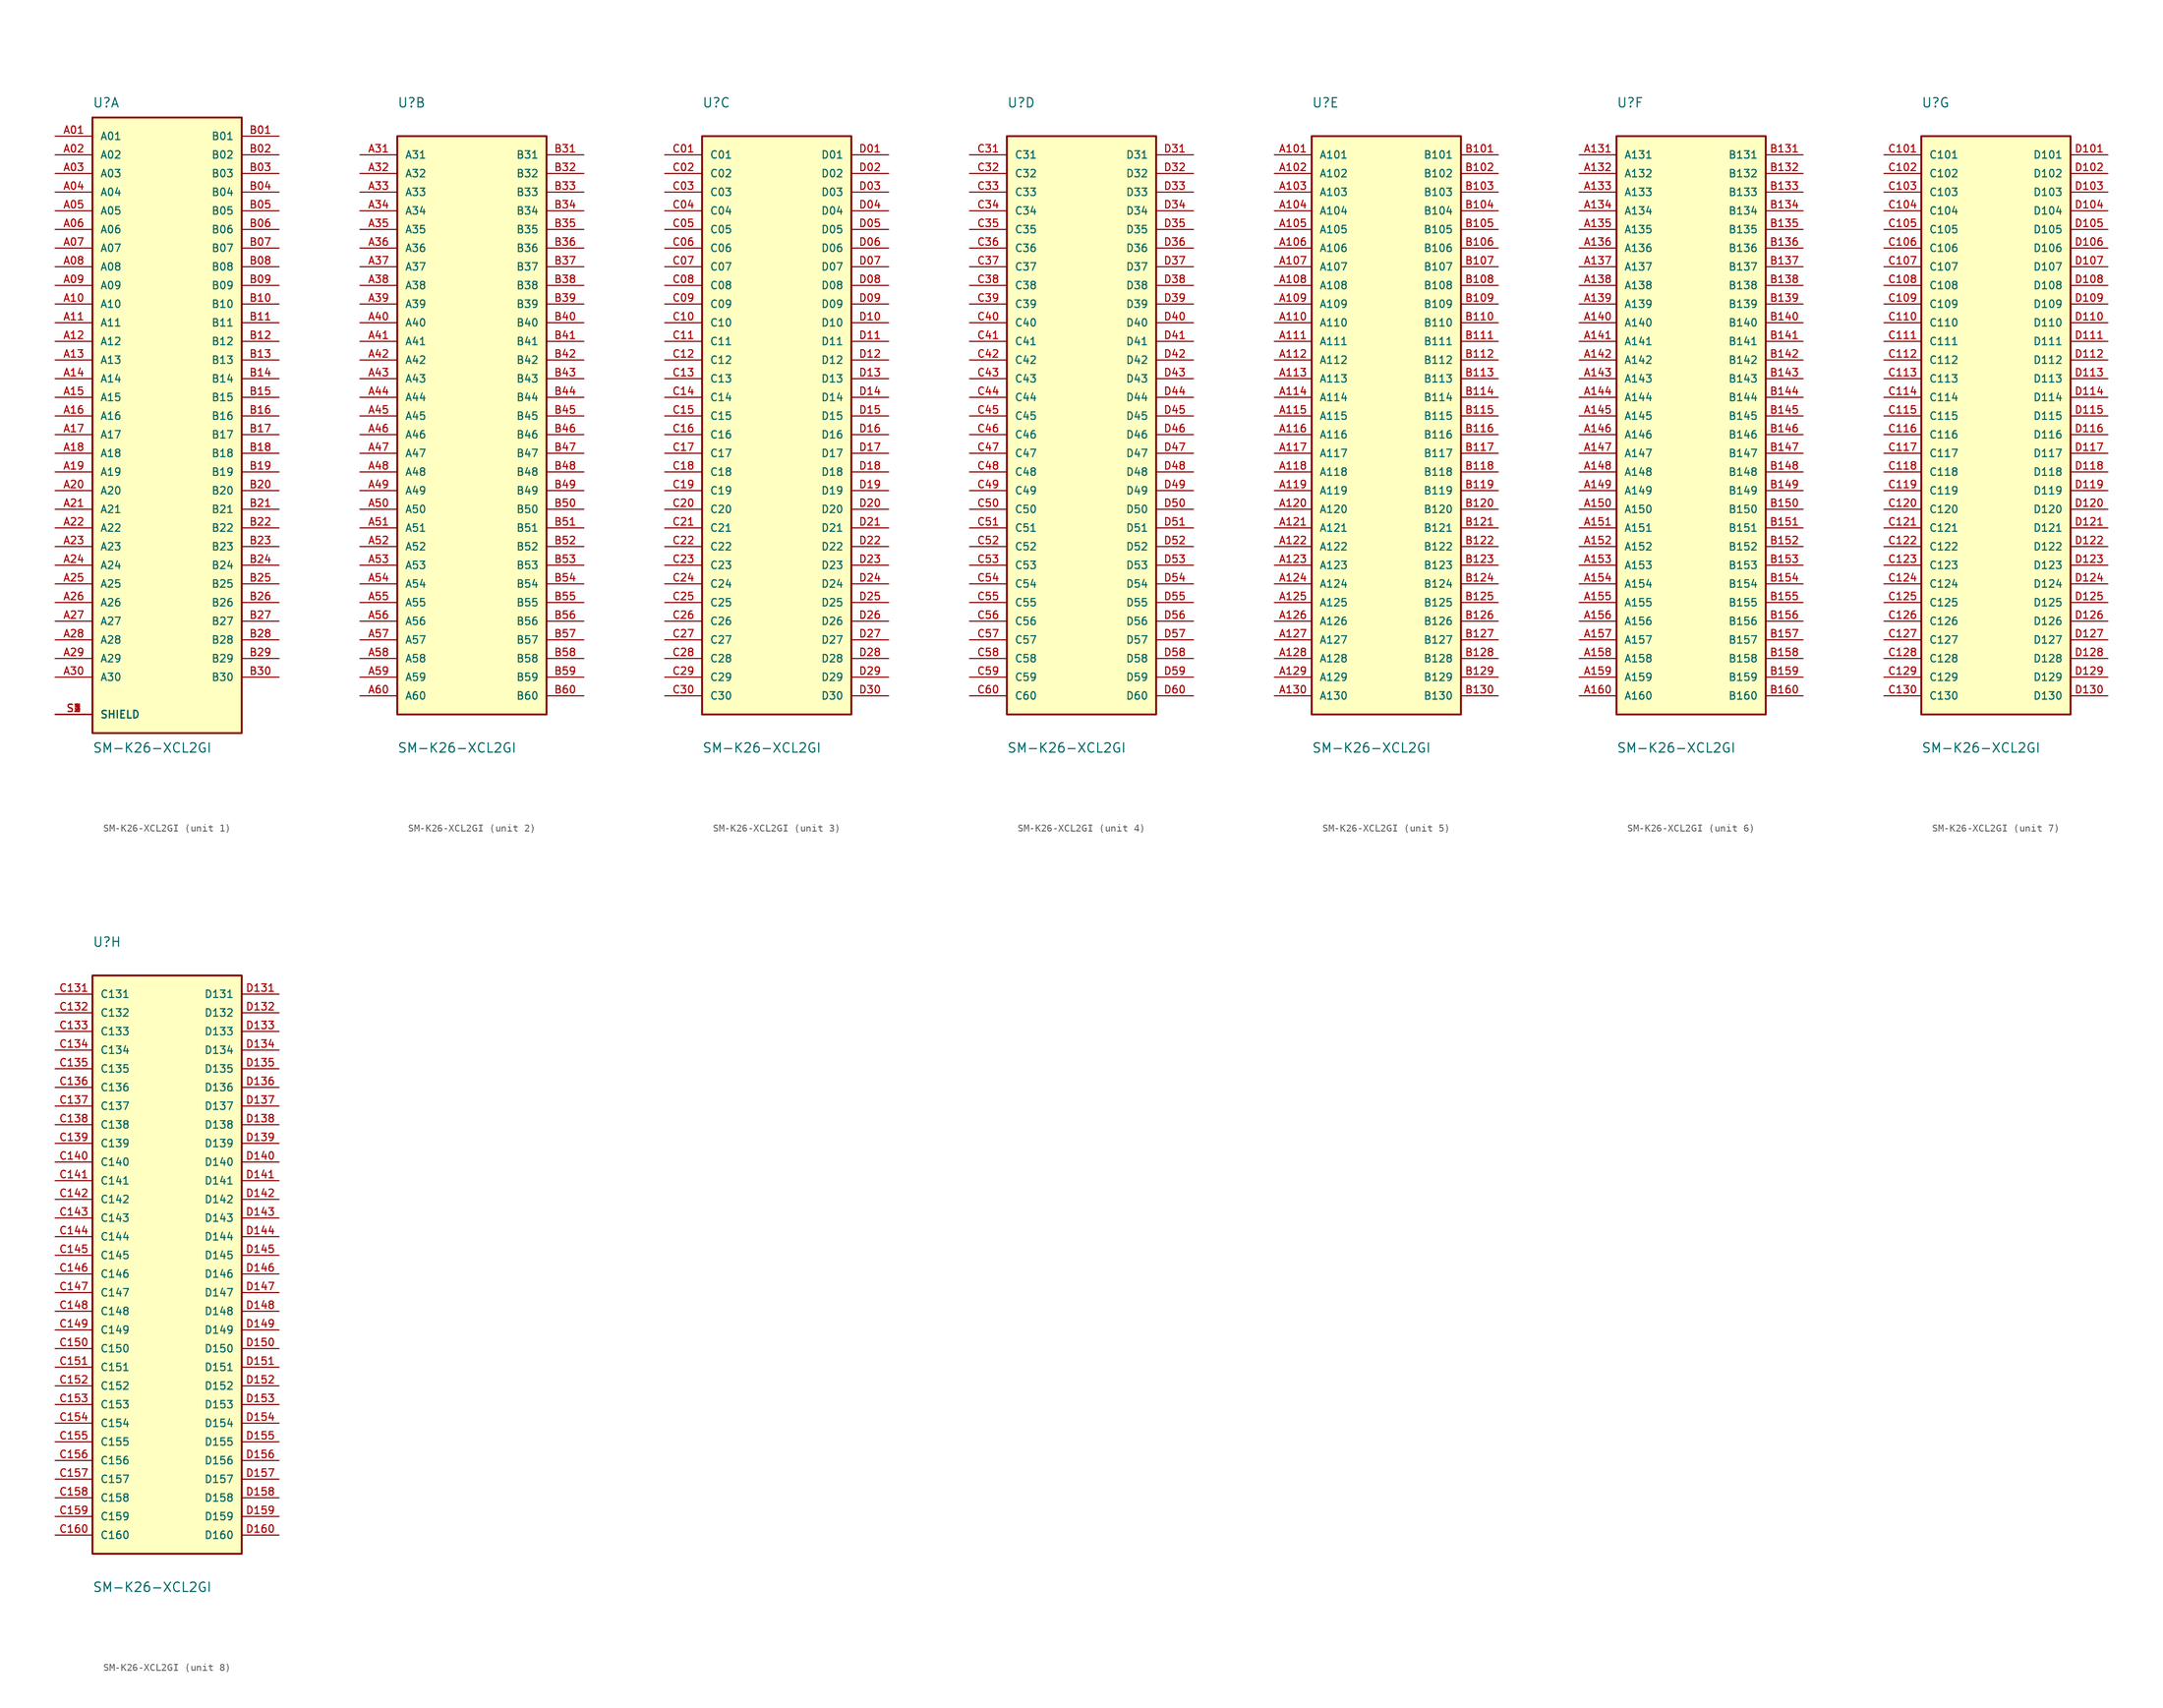
<source format=kicad_sym>
(kicad_symbol_lib
  (version 20231120)
  (generator "kicad_symbol_editor")
  (generator_version "8.0")
  (symbol "SM-K26-XCL2GI"
    (pin_names
      (offset 1.016))
    (property "Reference" "U"
      (at -10.16 41.91 0)
      (effects (font (size 1.27 1.27)) (justify left bottom)))
    (property "Value" "SM-K26-XCL2GI"
      (at -10.16 -44.45 0)
      (effects (font (size 1.27 1.27)) (justify left top)))
    (symbol "SM-K26-XCL2GI_1_0"
      (rectangle (start -10.16 40.64) (end 10.16 -43.18) (stroke (width 0.254) (type default)) (fill (type background)))
      (pin passive line (at -15.24 38.1 0) (length 5.08) (name "A01" (effects (font (size 1.016 1.016)))) (number "A01" (effects (font (size 1.016 1.016)))))
      (pin passive line (at -15.24 35.56 0) (length 5.08) (name "A02" (effects (font (size 1.016 1.016)))) (number "A02" (effects (font (size 1.016 1.016)))))
      (pin passive line (at -15.24 33.02 0) (length 5.08) (name "A03" (effects (font (size 1.016 1.016)))) (number "A03" (effects (font (size 1.016 1.016)))))
      (pin passive line (at -15.24 30.48 0) (length 5.08) (name "A04" (effects (font (size 1.016 1.016)))) (number "A04" (effects (font (size 1.016 1.016)))))
      (pin passive line (at -15.24 27.94 0) (length 5.08) (name "A05" (effects (font (size 1.016 1.016)))) (number "A05" (effects (font (size 1.016 1.016)))))
      (pin passive line (at -15.24 25.4 0) (length 5.08) (name "A06" (effects (font (size 1.016 1.016)))) (number "A06" (effects (font (size 1.016 1.016)))))
      (pin passive line (at -15.24 22.86 0) (length 5.08) (name "A07" (effects (font (size 1.016 1.016)))) (number "A07" (effects (font (size 1.016 1.016)))))
      (pin passive line (at -15.24 20.32 0) (length 5.08) (name "A08" (effects (font (size 1.016 1.016)))) (number "A08" (effects (font (size 1.016 1.016)))))
      (pin passive line (at -15.24 17.78 0) (length 5.08) (name "A09" (effects (font (size 1.016 1.016)))) (number "A09" (effects (font (size 1.016 1.016)))))
      (pin passive line (at -15.24 15.24 0) (length 5.08) (name "A10" (effects (font (size 1.016 1.016)))) (number "A10" (effects (font (size 1.016 1.016)))))
      (pin passive line (at -15.24 12.7 0) (length 5.08) (name "A11" (effects (font (size 1.016 1.016)))) (number "A11" (effects (font (size 1.016 1.016)))))
      (pin passive line (at -15.24 10.16 0) (length 5.08) (name "A12" (effects (font (size 1.016 1.016)))) (number "A12" (effects (font (size 1.016 1.016)))))
      (pin passive line (at -15.24 7.62 0) (length 5.08) (name "A13" (effects (font (size 1.016 1.016)))) (number "A13" (effects (font (size 1.016 1.016)))))
      (pin passive line (at -15.24 5.08 0) (length 5.08) (name "A14" (effects (font (size 1.016 1.016)))) (number "A14" (effects (font (size 1.016 1.016)))))
      (pin passive line (at -15.24 2.54 0) (length 5.08) (name "A15" (effects (font (size 1.016 1.016)))) (number "A15" (effects (font (size 1.016 1.016)))))
      (pin passive line (at -15.24 0 0) (length 5.08) (name "A16" (effects (font (size 1.016 1.016)))) (number "A16" (effects (font (size 1.016 1.016)))))
      (pin passive line (at -15.24 -2.54 0) (length 5.08) (name "A17" (effects (font (size 1.016 1.016)))) (number "A17" (effects (font (size 1.016 1.016)))))
      (pin passive line (at -15.24 -5.08 0) (length 5.08) (name "A18" (effects (font (size 1.016 1.016)))) (number "A18" (effects (font (size 1.016 1.016)))))
      (pin passive line (at -15.24 -7.62 0) (length 5.08) (name "A19" (effects (font (size 1.016 1.016)))) (number "A19" (effects (font (size 1.016 1.016)))))
      (pin passive line (at -15.24 -10.16 0) (length 5.08) (name "A20" (effects (font (size 1.016 1.016)))) (number "A20" (effects (font (size 1.016 1.016)))))
      (pin passive line (at -15.24 -12.7 0) (length 5.08) (name "A21" (effects (font (size 1.016 1.016)))) (number "A21" (effects (font (size 1.016 1.016)))))
      (pin passive line (at -15.24 -15.24 0) (length 5.08) (name "A22" (effects (font (size 1.016 1.016)))) (number "A22" (effects (font (size 1.016 1.016)))))
      (pin passive line (at -15.24 -17.78 0) (length 5.08) (name "A23" (effects (font (size 1.016 1.016)))) (number "A23" (effects (font (size 1.016 1.016)))))
      (pin passive line (at -15.24 -20.32 0) (length 5.08) (name "A24" (effects (font (size 1.016 1.016)))) (number "A24" (effects (font (size 1.016 1.016)))))
      (pin passive line (at -15.24 -22.86 0) (length 5.08) (name "A25" (effects (font (size 1.016 1.016)))) (number "A25" (effects (font (size 1.016 1.016)))))
      (pin passive line (at -15.24 -25.4 0) (length 5.08) (name "A26" (effects (font (size 1.016 1.016)))) (number "A26" (effects (font (size 1.016 1.016)))))
      (pin passive line (at -15.24 -27.94 0) (length 5.08) (name "A27" (effects (font (size 1.016 1.016)))) (number "A27" (effects (font (size 1.016 1.016)))))
      (pin passive line (at -15.24 -30.48 0) (length 5.08) (name "A28" (effects (font (size 1.016 1.016)))) (number "A28" (effects (font (size 1.016 1.016)))))
      (pin passive line (at -15.24 -33.02 0) (length 5.08) (name "A29" (effects (font (size 1.016 1.016)))) (number "A29" (effects (font (size 1.016 1.016)))))
      (pin passive line (at -15.24 -35.56 0) (length 5.08) (name "A30" (effects (font (size 1.016 1.016)))) (number "A30" (effects (font (size 1.016 1.016)))))
      (pin passive line (at 15.24 38.1 180) (length 5.08) (name "B01" (effects (font (size 1.016 1.016)))) (number "B01" (effects (font (size 1.016 1.016)))))
      (pin passive line (at 15.24 35.56 180) (length 5.08) (name "B02" (effects (font (size 1.016 1.016)))) (number "B02" (effects (font (size 1.016 1.016)))))
      (pin passive line (at 15.24 33.02 180) (length 5.08) (name "B03" (effects (font (size 1.016 1.016)))) (number "B03" (effects (font (size 1.016 1.016)))))
      (pin passive line (at 15.24 30.48 180) (length 5.08) (name "B04" (effects (font (size 1.016 1.016)))) (number "B04" (effects (font (size 1.016 1.016)))))
      (pin passive line (at 15.24 27.94 180) (length 5.08) (name "B05" (effects (font (size 1.016 1.016)))) (number "B05" (effects (font (size 1.016 1.016)))))
      (pin passive line (at 15.24 25.4 180) (length 5.08) (name "B06" (effects (font (size 1.016 1.016)))) (number "B06" (effects (font (size 1.016 1.016)))))
      (pin passive line (at 15.24 22.86 180) (length 5.08) (name "B07" (effects (font (size 1.016 1.016)))) (number "B07" (effects (font (size 1.016 1.016)))))
      (pin passive line (at 15.24 20.32 180) (length 5.08) (name "B08" (effects (font (size 1.016 1.016)))) (number "B08" (effects (font (size 1.016 1.016)))))
      (pin passive line (at 15.24 17.78 180) (length 5.08) (name "B09" (effects (font (size 1.016 1.016)))) (number "B09" (effects (font (size 1.016 1.016)))))
      (pin passive line (at 15.24 15.24 180) (length 5.08) (name "B10" (effects (font (size 1.016 1.016)))) (number "B10" (effects (font (size 1.016 1.016)))))
      (pin passive line (at 15.24 12.7 180) (length 5.08) (name "B11" (effects (font (size 1.016 1.016)))) (number "B11" (effects (font (size 1.016 1.016)))))
      (pin passive line (at 15.24 10.16 180) (length 5.08) (name "B12" (effects (font (size 1.016 1.016)))) (number "B12" (effects (font (size 1.016 1.016)))))
      (pin passive line (at 15.24 7.62 180) (length 5.08) (name "B13" (effects (font (size 1.016 1.016)))) (number "B13" (effects (font (size 1.016 1.016)))))
      (pin passive line (at 15.24 5.08 180) (length 5.08) (name "B14" (effects (font (size 1.016 1.016)))) (number "B14" (effects (font (size 1.016 1.016)))))
      (pin passive line (at 15.24 2.54 180) (length 5.08) (name "B15" (effects (font (size 1.016 1.016)))) (number "B15" (effects (font (size 1.016 1.016)))))
      (pin passive line (at 15.24 0 180) (length 5.08) (name "B16" (effects (font (size 1.016 1.016)))) (number "B16" (effects (font (size 1.016 1.016)))))
      (pin passive line (at 15.24 -2.54 180) (length 5.08) (name "B17" (effects (font (size 1.016 1.016)))) (number "B17" (effects (font (size 1.016 1.016)))))
      (pin passive line (at 15.24 -5.08 180) (length 5.08) (name "B18" (effects (font (size 1.016 1.016)))) (number "B18" (effects (font (size 1.016 1.016)))))
      (pin passive line (at 15.24 -7.62 180) (length 5.08) (name "B19" (effects (font (size 1.016 1.016)))) (number "B19" (effects (font (size 1.016 1.016)))))
      (pin passive line (at 15.24 -10.16 180) (length 5.08) (name "B20" (effects (font (size 1.016 1.016)))) (number "B20" (effects (font (size 1.016 1.016)))))
      (pin passive line (at 15.24 -12.7 180) (length 5.08) (name "B21" (effects (font (size 1.016 1.016)))) (number "B21" (effects (font (size 1.016 1.016)))))
      (pin passive line (at 15.24 -15.24 180) (length 5.08) (name "B22" (effects (font (size 1.016 1.016)))) (number "B22" (effects (font (size 1.016 1.016)))))
      (pin passive line (at 15.24 -17.78 180) (length 5.08) (name "B23" (effects (font (size 1.016 1.016)))) (number "B23" (effects (font (size 1.016 1.016)))))
      (pin passive line (at 15.24 -20.32 180) (length 5.08) (name "B24" (effects (font (size 1.016 1.016)))) (number "B24" (effects (font (size 1.016 1.016)))))
      (pin passive line (at 15.24 -22.86 180) (length 5.08) (name "B25" (effects (font (size 1.016 1.016)))) (number "B25" (effects (font (size 1.016 1.016)))))
      (pin passive line (at 15.24 -25.4 180) (length 5.08) (name "B26" (effects (font (size 1.016 1.016)))) (number "B26" (effects (font (size 1.016 1.016)))))
      (pin passive line (at 15.24 -27.94 180) (length 5.08) (name "B27" (effects (font (size 1.016 1.016)))) (number "B27" (effects (font (size 1.016 1.016)))))
      (pin passive line (at 15.24 -30.48 180) (length 5.08) (name "B28" (effects (font (size 1.016 1.016)))) (number "B28" (effects (font (size 1.016 1.016)))))
      (pin passive line (at 15.24 -33.02 180) (length 5.08) (name "B29" (effects (font (size 1.016 1.016)))) (number "B29" (effects (font (size 1.016 1.016)))))
      (pin passive line (at 15.24 -35.56 180) (length 5.08) (name "B30" (effects (font (size 1.016 1.016)))) (number "B30" (effects (font (size 1.016 1.016)))))
      (pin passive line (at -15.24 -40.64 0) (length 5.08) (name "SHIELD" (effects (font (size 1.016 1.016)))) (number "S1" (effects (font (size 1.016 1.016)))))
      (pin passive line (at -15.24 -40.64 0) (length 5.08) (name "SHIELD" (effects (font (size 1.016 1.016)))) (number "S2" (effects (font (size 1.016 1.016)))))
      (pin passive line (at -15.24 -40.64 0) (length 5.08) (name "SHIELD" (effects (font (size 1.016 1.016)))) (number "S3" (effects (font (size 1.016 1.016)))))
      (pin passive line (at -15.24 -40.64 0) (length 5.08) (name "SHIELD" (effects (font (size 1.016 1.016)))) (number "S4" (effects (font (size 1.016 1.016))))))
    (symbol "SM-K26-XCL2GI_2_0"
      (rectangle (start -10.16 -40.64) (end 10.16 38.1) (stroke (width 0.254) (type default)) (fill (type background)))
      (pin passive line (at -15.24 35.56 0) (length 5.08) (name "A31" (effects (font (size 1.016 1.016)))) (number "A31" (effects (font (size 1.016 1.016)))))
      (pin passive line (at -15.24 33.02 0) (length 5.08) (name "A32" (effects (font (size 1.016 1.016)))) (number "A32" (effects (font (size 1.016 1.016)))))
      (pin passive line (at -15.24 30.48 0) (length 5.08) (name "A33" (effects (font (size 1.016 1.016)))) (number "A33" (effects (font (size 1.016 1.016)))))
      (pin passive line (at -15.24 27.94 0) (length 5.08) (name "A34" (effects (font (size 1.016 1.016)))) (number "A34" (effects (font (size 1.016 1.016)))))
      (pin passive line (at -15.24 25.4 0) (length 5.08) (name "A35" (effects (font (size 1.016 1.016)))) (number "A35" (effects (font (size 1.016 1.016)))))
      (pin passive line (at -15.24 22.86 0) (length 5.08) (name "A36" (effects (font (size 1.016 1.016)))) (number "A36" (effects (font (size 1.016 1.016)))))
      (pin passive line (at -15.24 20.32 0) (length 5.08) (name "A37" (effects (font (size 1.016 1.016)))) (number "A37" (effects (font (size 1.016 1.016)))))
      (pin passive line (at -15.24 17.78 0) (length 5.08) (name "A38" (effects (font (size 1.016 1.016)))) (number "A38" (effects (font (size 1.016 1.016)))))
      (pin passive line (at -15.24 15.24 0) (length 5.08) (name "A39" (effects (font (size 1.016 1.016)))) (number "A39" (effects (font (size 1.016 1.016)))))
      (pin passive line (at -15.24 12.7 0) (length 5.08) (name "A40" (effects (font (size 1.016 1.016)))) (number "A40" (effects (font (size 1.016 1.016)))))
      (pin passive line (at -15.24 10.16 0) (length 5.08) (name "A41" (effects (font (size 1.016 1.016)))) (number "A41" (effects (font (size 1.016 1.016)))))
      (pin passive line (at -15.24 7.62 0) (length 5.08) (name "A42" (effects (font (size 1.016 1.016)))) (number "A42" (effects (font (size 1.016 1.016)))))
      (pin passive line (at -15.24 5.08 0) (length 5.08) (name "A43" (effects (font (size 1.016 1.016)))) (number "A43" (effects (font (size 1.016 1.016)))))
      (pin passive line (at -15.24 2.54 0) (length 5.08) (name "A44" (effects (font (size 1.016 1.016)))) (number "A44" (effects (font (size 1.016 1.016)))))
      (pin passive line (at -15.24 0 0) (length 5.08) (name "A45" (effects (font (size 1.016 1.016)))) (number "A45" (effects (font (size 1.016 1.016)))))
      (pin passive line (at -15.24 -2.54 0) (length 5.08) (name "A46" (effects (font (size 1.016 1.016)))) (number "A46" (effects (font (size 1.016 1.016)))))
      (pin passive line (at -15.24 -5.08 0) (length 5.08) (name "A47" (effects (font (size 1.016 1.016)))) (number "A47" (effects (font (size 1.016 1.016)))))
      (pin passive line (at -15.24 -7.62 0) (length 5.08) (name "A48" (effects (font (size 1.016 1.016)))) (number "A48" (effects (font (size 1.016 1.016)))))
      (pin passive line (at -15.24 -10.16 0) (length 5.08) (name "A49" (effects (font (size 1.016 1.016)))) (number "A49" (effects (font (size 1.016 1.016)))))
      (pin passive line (at -15.24 -12.7 0) (length 5.08) (name "A50" (effects (font (size 1.016 1.016)))) (number "A50" (effects (font (size 1.016 1.016)))))
      (pin passive line (at -15.24 -15.24 0) (length 5.08) (name "A51" (effects (font (size 1.016 1.016)))) (number "A51" (effects (font (size 1.016 1.016)))))
      (pin passive line (at -15.24 -17.78 0) (length 5.08) (name "A52" (effects (font (size 1.016 1.016)))) (number "A52" (effects (font (size 1.016 1.016)))))
      (pin passive line (at -15.24 -20.32 0) (length 5.08) (name "A53" (effects (font (size 1.016 1.016)))) (number "A53" (effects (font (size 1.016 1.016)))))
      (pin passive line (at -15.24 -22.86 0) (length 5.08) (name "A54" (effects (font (size 1.016 1.016)))) (number "A54" (effects (font (size 1.016 1.016)))))
      (pin passive line (at -15.24 -25.4 0) (length 5.08) (name "A55" (effects (font (size 1.016 1.016)))) (number "A55" (effects (font (size 1.016 1.016)))))
      (pin passive line (at -15.24 -27.94 0) (length 5.08) (name "A56" (effects (font (size 1.016 1.016)))) (number "A56" (effects (font (size 1.016 1.016)))))
      (pin passive line (at -15.24 -30.48 0) (length 5.08) (name "A57" (effects (font (size 1.016 1.016)))) (number "A57" (effects (font (size 1.016 1.016)))))
      (pin passive line (at -15.24 -33.02 0) (length 5.08) (name "A58" (effects (font (size 1.016 1.016)))) (number "A58" (effects (font (size 1.016 1.016)))))
      (pin passive line (at -15.24 -35.56 0) (length 5.08) (name "A59" (effects (font (size 1.016 1.016)))) (number "A59" (effects (font (size 1.016 1.016)))))
      (pin passive line (at -15.24 -38.1 0) (length 5.08) (name "A60" (effects (font (size 1.016 1.016)))) (number "A60" (effects (font (size 1.016 1.016)))))
      (pin passive line (at 15.24 35.56 180) (length 5.08) (name "B31" (effects (font (size 1.016 1.016)))) (number "B31" (effects (font (size 1.016 1.016)))))
      (pin passive line (at 15.24 33.02 180) (length 5.08) (name "B32" (effects (font (size 1.016 1.016)))) (number "B32" (effects (font (size 1.016 1.016)))))
      (pin passive line (at 15.24 30.48 180) (length 5.08) (name "B33" (effects (font (size 1.016 1.016)))) (number "B33" (effects (font (size 1.016 1.016)))))
      (pin passive line (at 15.24 27.94 180) (length 5.08) (name "B34" (effects (font (size 1.016 1.016)))) (number "B34" (effects (font (size 1.016 1.016)))))
      (pin passive line (at 15.24 25.4 180) (length 5.08) (name "B35" (effects (font (size 1.016 1.016)))) (number "B35" (effects (font (size 1.016 1.016)))))
      (pin passive line (at 15.24 22.86 180) (length 5.08) (name "B36" (effects (font (size 1.016 1.016)))) (number "B36" (effects (font (size 1.016 1.016)))))
      (pin passive line (at 15.24 20.32 180) (length 5.08) (name "B37" (effects (font (size 1.016 1.016)))) (number "B37" (effects (font (size 1.016 1.016)))))
      (pin passive line (at 15.24 17.78 180) (length 5.08) (name "B38" (effects (font (size 1.016 1.016)))) (number "B38" (effects (font (size 1.016 1.016)))))
      (pin passive line (at 15.24 15.24 180) (length 5.08) (name "B39" (effects (font (size 1.016 1.016)))) (number "B39" (effects (font (size 1.016 1.016)))))
      (pin passive line (at 15.24 12.7 180) (length 5.08) (name "B40" (effects (font (size 1.016 1.016)))) (number "B40" (effects (font (size 1.016 1.016)))))
      (pin passive line (at 15.24 10.16 180) (length 5.08) (name "B41" (effects (font (size 1.016 1.016)))) (number "B41" (effects (font (size 1.016 1.016)))))
      (pin passive line (at 15.24 7.62 180) (length 5.08) (name "B42" (effects (font (size 1.016 1.016)))) (number "B42" (effects (font (size 1.016 1.016)))))
      (pin passive line (at 15.24 5.08 180) (length 5.08) (name "B43" (effects (font (size 1.016 1.016)))) (number "B43" (effects (font (size 1.016 1.016)))))
      (pin passive line (at 15.24 2.54 180) (length 5.08) (name "B44" (effects (font (size 1.016 1.016)))) (number "B44" (effects (font (size 1.016 1.016)))))
      (pin passive line (at 15.24 0 180) (length 5.08) (name "B45" (effects (font (size 1.016 1.016)))) (number "B45" (effects (font (size 1.016 1.016)))))
      (pin passive line (at 15.24 -2.54 180) (length 5.08) (name "B46" (effects (font (size 1.016 1.016)))) (number "B46" (effects (font (size 1.016 1.016)))))
      (pin passive line (at 15.24 -5.08 180) (length 5.08) (name "B47" (effects (font (size 1.016 1.016)))) (number "B47" (effects (font (size 1.016 1.016)))))
      (pin passive line (at 15.24 -7.62 180) (length 5.08) (name "B48" (effects (font (size 1.016 1.016)))) (number "B48" (effects (font (size 1.016 1.016)))))
      (pin passive line (at 15.24 -10.16 180) (length 5.08) (name "B49" (effects (font (size 1.016 1.016)))) (number "B49" (effects (font (size 1.016 1.016)))))
      (pin passive line (at 15.24 -12.7 180) (length 5.08) (name "B50" (effects (font (size 1.016 1.016)))) (number "B50" (effects (font (size 1.016 1.016)))))
      (pin passive line (at 15.24 -15.24 180) (length 5.08) (name "B51" (effects (font (size 1.016 1.016)))) (number "B51" (effects (font (size 1.016 1.016)))))
      (pin passive line (at 15.24 -17.78 180) (length 5.08) (name "B52" (effects (font (size 1.016 1.016)))) (number "B52" (effects (font (size 1.016 1.016)))))
      (pin passive line (at 15.24 -20.32 180) (length 5.08) (name "B53" (effects (font (size 1.016 1.016)))) (number "B53" (effects (font (size 1.016 1.016)))))
      (pin passive line (at 15.24 -22.86 180) (length 5.08) (name "B54" (effects (font (size 1.016 1.016)))) (number "B54" (effects (font (size 1.016 1.016)))))
      (pin passive line (at 15.24 -25.4 180) (length 5.08) (name "B55" (effects (font (size 1.016 1.016)))) (number "B55" (effects (font (size 1.016 1.016)))))
      (pin passive line (at 15.24 -27.94 180) (length 5.08) (name "B56" (effects (font (size 1.016 1.016)))) (number "B56" (effects (font (size 1.016 1.016)))))
      (pin passive line (at 15.24 -30.48 180) (length 5.08) (name "B57" (effects (font (size 1.016 1.016)))) (number "B57" (effects (font (size 1.016 1.016)))))
      (pin passive line (at 15.24 -33.02 180) (length 5.08) (name "B58" (effects (font (size 1.016 1.016)))) (number "B58" (effects (font (size 1.016 1.016)))))
      (pin passive line (at 15.24 -35.56 180) (length 5.08) (name "B59" (effects (font (size 1.016 1.016)))) (number "B59" (effects (font (size 1.016 1.016)))))
      (pin passive line (at 15.24 -38.1 180) (length 5.08) (name "B60" (effects (font (size 1.016 1.016)))) (number "B60" (effects (font (size 1.016 1.016))))))
    (symbol "SM-K26-XCL2GI_3_0"
      (rectangle (start -10.16 -40.64) (end 10.16 38.1) (stroke (width 0.254) (type default)) (fill (type background)))
      (pin passive line (at -15.24 35.56 0) (length 5.08) (name "C01" (effects (font (size 1.016 1.016)))) (number "C01" (effects (font (size 1.016 1.016)))))
      (pin passive line (at -15.24 33.02 0) (length 5.08) (name "C02" (effects (font (size 1.016 1.016)))) (number "C02" (effects (font (size 1.016 1.016)))))
      (pin passive line (at -15.24 30.48 0) (length 5.08) (name "C03" (effects (font (size 1.016 1.016)))) (number "C03" (effects (font (size 1.016 1.016)))))
      (pin passive line (at -15.24 27.94 0) (length 5.08) (name "C04" (effects (font (size 1.016 1.016)))) (number "C04" (effects (font (size 1.016 1.016)))))
      (pin passive line (at -15.24 25.4 0) (length 5.08) (name "C05" (effects (font (size 1.016 1.016)))) (number "C05" (effects (font (size 1.016 1.016)))))
      (pin passive line (at -15.24 22.86 0) (length 5.08) (name "C06" (effects (font (size 1.016 1.016)))) (number "C06" (effects (font (size 1.016 1.016)))))
      (pin passive line (at -15.24 20.32 0) (length 5.08) (name "C07" (effects (font (size 1.016 1.016)))) (number "C07" (effects (font (size 1.016 1.016)))))
      (pin passive line (at -15.24 17.78 0) (length 5.08) (name "C08" (effects (font (size 1.016 1.016)))) (number "C08" (effects (font (size 1.016 1.016)))))
      (pin passive line (at -15.24 15.24 0) (length 5.08) (name "C09" (effects (font (size 1.016 1.016)))) (number "C09" (effects (font (size 1.016 1.016)))))
      (pin passive line (at -15.24 12.7 0) (length 5.08) (name "C10" (effects (font (size 1.016 1.016)))) (number "C10" (effects (font (size 1.016 1.016)))))
      (pin passive line (at -15.24 10.16 0) (length 5.08) (name "C11" (effects (font (size 1.016 1.016)))) (number "C11" (effects (font (size 1.016 1.016)))))
      (pin passive line (at -15.24 7.62 0) (length 5.08) (name "C12" (effects (font (size 1.016 1.016)))) (number "C12" (effects (font (size 1.016 1.016)))))
      (pin passive line (at -15.24 5.08 0) (length 5.08) (name "C13" (effects (font (size 1.016 1.016)))) (number "C13" (effects (font (size 1.016 1.016)))))
      (pin passive line (at -15.24 2.54 0) (length 5.08) (name "C14" (effects (font (size 1.016 1.016)))) (number "C14" (effects (font (size 1.016 1.016)))))
      (pin passive line (at -15.24 0 0) (length 5.08) (name "C15" (effects (font (size 1.016 1.016)))) (number "C15" (effects (font (size 1.016 1.016)))))
      (pin passive line (at -15.24 -2.54 0) (length 5.08) (name "C16" (effects (font (size 1.016 1.016)))) (number "C16" (effects (font (size 1.016 1.016)))))
      (pin passive line (at -15.24 -5.08 0) (length 5.08) (name "C17" (effects (font (size 1.016 1.016)))) (number "C17" (effects (font (size 1.016 1.016)))))
      (pin passive line (at -15.24 -7.62 0) (length 5.08) (name "C18" (effects (font (size 1.016 1.016)))) (number "C18" (effects (font (size 1.016 1.016)))))
      (pin passive line (at -15.24 -10.16 0) (length 5.08) (name "C19" (effects (font (size 1.016 1.016)))) (number "C19" (effects (font (size 1.016 1.016)))))
      (pin passive line (at -15.24 -12.7 0) (length 5.08) (name "C20" (effects (font (size 1.016 1.016)))) (number "C20" (effects (font (size 1.016 1.016)))))
      (pin passive line (at -15.24 -15.24 0) (length 5.08) (name "C21" (effects (font (size 1.016 1.016)))) (number "C21" (effects (font (size 1.016 1.016)))))
      (pin passive line (at -15.24 -17.78 0) (length 5.08) (name "C22" (effects (font (size 1.016 1.016)))) (number "C22" (effects (font (size 1.016 1.016)))))
      (pin passive line (at -15.24 -20.32 0) (length 5.08) (name "C23" (effects (font (size 1.016 1.016)))) (number "C23" (effects (font (size 1.016 1.016)))))
      (pin passive line (at -15.24 -22.86 0) (length 5.08) (name "C24" (effects (font (size 1.016 1.016)))) (number "C24" (effects (font (size 1.016 1.016)))))
      (pin passive line (at -15.24 -25.4 0) (length 5.08) (name "C25" (effects (font (size 1.016 1.016)))) (number "C25" (effects (font (size 1.016 1.016)))))
      (pin passive line (at -15.24 -27.94 0) (length 5.08) (name "C26" (effects (font (size 1.016 1.016)))) (number "C26" (effects (font (size 1.016 1.016)))))
      (pin passive line (at -15.24 -30.48 0) (length 5.08) (name "C27" (effects (font (size 1.016 1.016)))) (number "C27" (effects (font (size 1.016 1.016)))))
      (pin passive line (at -15.24 -33.02 0) (length 5.08) (name "C28" (effects (font (size 1.016 1.016)))) (number "C28" (effects (font (size 1.016 1.016)))))
      (pin passive line (at -15.24 -35.56 0) (length 5.08) (name "C29" (effects (font (size 1.016 1.016)))) (number "C29" (effects (font (size 1.016 1.016)))))
      (pin passive line (at -15.24 -38.1 0) (length 5.08) (name "C30" (effects (font (size 1.016 1.016)))) (number "C30" (effects (font (size 1.016 1.016)))))
      (pin passive line (at 15.24 35.56 180) (length 5.08) (name "D01" (effects (font (size 1.016 1.016)))) (number "D01" (effects (font (size 1.016 1.016)))))
      (pin passive line (at 15.24 33.02 180) (length 5.08) (name "D02" (effects (font (size 1.016 1.016)))) (number "D02" (effects (font (size 1.016 1.016)))))
      (pin passive line (at 15.24 30.48 180) (length 5.08) (name "D03" (effects (font (size 1.016 1.016)))) (number "D03" (effects (font (size 1.016 1.016)))))
      (pin passive line (at 15.24 27.94 180) (length 5.08) (name "D04" (effects (font (size 1.016 1.016)))) (number "D04" (effects (font (size 1.016 1.016)))))
      (pin passive line (at 15.24 25.4 180) (length 5.08) (name "D05" (effects (font (size 1.016 1.016)))) (number "D05" (effects (font (size 1.016 1.016)))))
      (pin passive line (at 15.24 22.86 180) (length 5.08) (name "D06" (effects (font (size 1.016 1.016)))) (number "D06" (effects (font (size 1.016 1.016)))))
      (pin passive line (at 15.24 20.32 180) (length 5.08) (name "D07" (effects (font (size 1.016 1.016)))) (number "D07" (effects (font (size 1.016 1.016)))))
      (pin passive line (at 15.24 17.78 180) (length 5.08) (name "D08" (effects (font (size 1.016 1.016)))) (number "D08" (effects (font (size 1.016 1.016)))))
      (pin passive line (at 15.24 15.24 180) (length 5.08) (name "D09" (effects (font (size 1.016 1.016)))) (number "D09" (effects (font (size 1.016 1.016)))))
      (pin passive line (at 15.24 12.7 180) (length 5.08) (name "D10" (effects (font (size 1.016 1.016)))) (number "D10" (effects (font (size 1.016 1.016)))))
      (pin passive line (at 15.24 10.16 180) (length 5.08) (name "D11" (effects (font (size 1.016 1.016)))) (number "D11" (effects (font (size 1.016 1.016)))))
      (pin passive line (at 15.24 7.62 180) (length 5.08) (name "D12" (effects (font (size 1.016 1.016)))) (number "D12" (effects (font (size 1.016 1.016)))))
      (pin passive line (at 15.24 5.08 180) (length 5.08) (name "D13" (effects (font (size 1.016 1.016)))) (number "D13" (effects (font (size 1.016 1.016)))))
      (pin passive line (at 15.24 2.54 180) (length 5.08) (name "D14" (effects (font (size 1.016 1.016)))) (number "D14" (effects (font (size 1.016 1.016)))))
      (pin passive line (at 15.24 0 180) (length 5.08) (name "D15" (effects (font (size 1.016 1.016)))) (number "D15" (effects (font (size 1.016 1.016)))))
      (pin passive line (at 15.24 -2.54 180) (length 5.08) (name "D16" (effects (font (size 1.016 1.016)))) (number "D16" (effects (font (size 1.016 1.016)))))
      (pin passive line (at 15.24 -5.08 180) (length 5.08) (name "D17" (effects (font (size 1.016 1.016)))) (number "D17" (effects (font (size 1.016 1.016)))))
      (pin passive line (at 15.24 -7.62 180) (length 5.08) (name "D18" (effects (font (size 1.016 1.016)))) (number "D18" (effects (font (size 1.016 1.016)))))
      (pin passive line (at 15.24 -10.16 180) (length 5.08) (name "D19" (effects (font (size 1.016 1.016)))) (number "D19" (effects (font (size 1.016 1.016)))))
      (pin passive line (at 15.24 -12.7 180) (length 5.08) (name "D20" (effects (font (size 1.016 1.016)))) (number "D20" (effects (font (size 1.016 1.016)))))
      (pin passive line (at 15.24 -15.24 180) (length 5.08) (name "D21" (effects (font (size 1.016 1.016)))) (number "D21" (effects (font (size 1.016 1.016)))))
      (pin passive line (at 15.24 -17.78 180) (length 5.08) (name "D22" (effects (font (size 1.016 1.016)))) (number "D22" (effects (font (size 1.016 1.016)))))
      (pin passive line (at 15.24 -20.32 180) (length 5.08) (name "D23" (effects (font (size 1.016 1.016)))) (number "D23" (effects (font (size 1.016 1.016)))))
      (pin passive line (at 15.24 -22.86 180) (length 5.08) (name "D24" (effects (font (size 1.016 1.016)))) (number "D24" (effects (font (size 1.016 1.016)))))
      (pin passive line (at 15.24 -25.4 180) (length 5.08) (name "D25" (effects (font (size 1.016 1.016)))) (number "D25" (effects (font (size 1.016 1.016)))))
      (pin passive line (at 15.24 -27.94 180) (length 5.08) (name "D26" (effects (font (size 1.016 1.016)))) (number "D26" (effects (font (size 1.016 1.016)))))
      (pin passive line (at 15.24 -30.48 180) (length 5.08) (name "D27" (effects (font (size 1.016 1.016)))) (number "D27" (effects (font (size 1.016 1.016)))))
      (pin passive line (at 15.24 -33.02 180) (length 5.08) (name "D28" (effects (font (size 1.016 1.016)))) (number "D28" (effects (font (size 1.016 1.016)))))
      (pin passive line (at 15.24 -35.56 180) (length 5.08) (name "D29" (effects (font (size 1.016 1.016)))) (number "D29" (effects (font (size 1.016 1.016)))))
      (pin passive line (at 15.24 -38.1 180) (length 5.08) (name "D30" (effects (font (size 1.016 1.016)))) (number "D30" (effects (font (size 1.016 1.016))))))
    (symbol "SM-K26-XCL2GI_4_0"
      (rectangle (start -10.16 -40.64) (end 10.16 38.1) (stroke (width 0.254) (type default)) (fill (type background)))
      (pin passive line (at -15.24 35.56 0) (length 5.08) (name "C31" (effects (font (size 1.016 1.016)))) (number "C31" (effects (font (size 1.016 1.016)))))
      (pin passive line (at -15.24 33.02 0) (length 5.08) (name "C32" (effects (font (size 1.016 1.016)))) (number "C32" (effects (font (size 1.016 1.016)))))
      (pin passive line (at -15.24 30.48 0) (length 5.08) (name "C33" (effects (font (size 1.016 1.016)))) (number "C33" (effects (font (size 1.016 1.016)))))
      (pin passive line (at -15.24 27.94 0) (length 5.08) (name "C34" (effects (font (size 1.016 1.016)))) (number "C34" (effects (font (size 1.016 1.016)))))
      (pin passive line (at -15.24 25.4 0) (length 5.08) (name "C35" (effects (font (size 1.016 1.016)))) (number "C35" (effects (font (size 1.016 1.016)))))
      (pin passive line (at -15.24 22.86 0) (length 5.08) (name "C36" (effects (font (size 1.016 1.016)))) (number "C36" (effects (font (size 1.016 1.016)))))
      (pin passive line (at -15.24 20.32 0) (length 5.08) (name "C37" (effects (font (size 1.016 1.016)))) (number "C37" (effects (font (size 1.016 1.016)))))
      (pin passive line (at -15.24 17.78 0) (length 5.08) (name "C38" (effects (font (size 1.016 1.016)))) (number "C38" (effects (font (size 1.016 1.016)))))
      (pin passive line (at -15.24 15.24 0) (length 5.08) (name "C39" (effects (font (size 1.016 1.016)))) (number "C39" (effects (font (size 1.016 1.016)))))
      (pin passive line (at -15.24 12.7 0) (length 5.08) (name "C40" (effects (font (size 1.016 1.016)))) (number "C40" (effects (font (size 1.016 1.016)))))
      (pin passive line (at -15.24 10.16 0) (length 5.08) (name "C41" (effects (font (size 1.016 1.016)))) (number "C41" (effects (font (size 1.016 1.016)))))
      (pin passive line (at -15.24 7.62 0) (length 5.08) (name "C42" (effects (font (size 1.016 1.016)))) (number "C42" (effects (font (size 1.016 1.016)))))
      (pin passive line (at -15.24 5.08 0) (length 5.08) (name "C43" (effects (font (size 1.016 1.016)))) (number "C43" (effects (font (size 1.016 1.016)))))
      (pin passive line (at -15.24 2.54 0) (length 5.08) (name "C44" (effects (font (size 1.016 1.016)))) (number "C44" (effects (font (size 1.016 1.016)))))
      (pin passive line (at -15.24 0 0) (length 5.08) (name "C45" (effects (font (size 1.016 1.016)))) (number "C45" (effects (font (size 1.016 1.016)))))
      (pin passive line (at -15.24 -2.54 0) (length 5.08) (name "C46" (effects (font (size 1.016 1.016)))) (number "C46" (effects (font (size 1.016 1.016)))))
      (pin passive line (at -15.24 -5.08 0) (length 5.08) (name "C47" (effects (font (size 1.016 1.016)))) (number "C47" (effects (font (size 1.016 1.016)))))
      (pin passive line (at -15.24 -7.62 0) (length 5.08) (name "C48" (effects (font (size 1.016 1.016)))) (number "C48" (effects (font (size 1.016 1.016)))))
      (pin passive line (at -15.24 -10.16 0) (length 5.08) (name "C49" (effects (font (size 1.016 1.016)))) (number "C49" (effects (font (size 1.016 1.016)))))
      (pin passive line (at -15.24 -12.7 0) (length 5.08) (name "C50" (effects (font (size 1.016 1.016)))) (number "C50" (effects (font (size 1.016 1.016)))))
      (pin passive line (at -15.24 -15.24 0) (length 5.08) (name "C51" (effects (font (size 1.016 1.016)))) (number "C51" (effects (font (size 1.016 1.016)))))
      (pin passive line (at -15.24 -17.78 0) (length 5.08) (name "C52" (effects (font (size 1.016 1.016)))) (number "C52" (effects (font (size 1.016 1.016)))))
      (pin passive line (at -15.24 -20.32 0) (length 5.08) (name "C53" (effects (font (size 1.016 1.016)))) (number "C53" (effects (font (size 1.016 1.016)))))
      (pin passive line (at -15.24 -22.86 0) (length 5.08) (name "C54" (effects (font (size 1.016 1.016)))) (number "C54" (effects (font (size 1.016 1.016)))))
      (pin passive line (at -15.24 -25.4 0) (length 5.08) (name "C55" (effects (font (size 1.016 1.016)))) (number "C55" (effects (font (size 1.016 1.016)))))
      (pin passive line (at -15.24 -27.94 0) (length 5.08) (name "C56" (effects (font (size 1.016 1.016)))) (number "C56" (effects (font (size 1.016 1.016)))))
      (pin passive line (at -15.24 -30.48 0) (length 5.08) (name "C57" (effects (font (size 1.016 1.016)))) (number "C57" (effects (font (size 1.016 1.016)))))
      (pin passive line (at -15.24 -33.02 0) (length 5.08) (name "C58" (effects (font (size 1.016 1.016)))) (number "C58" (effects (font (size 1.016 1.016)))))
      (pin passive line (at -15.24 -35.56 0) (length 5.08) (name "C59" (effects (font (size 1.016 1.016)))) (number "C59" (effects (font (size 1.016 1.016)))))
      (pin passive line (at -15.24 -38.1 0) (length 5.08) (name "C60" (effects (font (size 1.016 1.016)))) (number "C60" (effects (font (size 1.016 1.016)))))
      (pin passive line (at 15.24 35.56 180) (length 5.08) (name "D31" (effects (font (size 1.016 1.016)))) (number "D31" (effects (font (size 1.016 1.016)))))
      (pin passive line (at 15.24 33.02 180) (length 5.08) (name "D32" (effects (font (size 1.016 1.016)))) (number "D32" (effects (font (size 1.016 1.016)))))
      (pin passive line (at 15.24 30.48 180) (length 5.08) (name "D33" (effects (font (size 1.016 1.016)))) (number "D33" (effects (font (size 1.016 1.016)))))
      (pin passive line (at 15.24 27.94 180) (length 5.08) (name "D34" (effects (font (size 1.016 1.016)))) (number "D34" (effects (font (size 1.016 1.016)))))
      (pin passive line (at 15.24 25.4 180) (length 5.08) (name "D35" (effects (font (size 1.016 1.016)))) (number "D35" (effects (font (size 1.016 1.016)))))
      (pin passive line (at 15.24 22.86 180) (length 5.08) (name "D36" (effects (font (size 1.016 1.016)))) (number "D36" (effects (font (size 1.016 1.016)))))
      (pin passive line (at 15.24 20.32 180) (length 5.08) (name "D37" (effects (font (size 1.016 1.016)))) (number "D37" (effects (font (size 1.016 1.016)))))
      (pin passive line (at 15.24 17.78 180) (length 5.08) (name "D38" (effects (font (size 1.016 1.016)))) (number "D38" (effects (font (size 1.016 1.016)))))
      (pin passive line (at 15.24 15.24 180) (length 5.08) (name "D39" (effects (font (size 1.016 1.016)))) (number "D39" (effects (font (size 1.016 1.016)))))
      (pin passive line (at 15.24 12.7 180) (length 5.08) (name "D40" (effects (font (size 1.016 1.016)))) (number "D40" (effects (font (size 1.016 1.016)))))
      (pin passive line (at 15.24 10.16 180) (length 5.08) (name "D41" (effects (font (size 1.016 1.016)))) (number "D41" (effects (font (size 1.016 1.016)))))
      (pin passive line (at 15.24 7.62 180) (length 5.08) (name "D42" (effects (font (size 1.016 1.016)))) (number "D42" (effects (font (size 1.016 1.016)))))
      (pin passive line (at 15.24 5.08 180) (length 5.08) (name "D43" (effects (font (size 1.016 1.016)))) (number "D43" (effects (font (size 1.016 1.016)))))
      (pin passive line (at 15.24 2.54 180) (length 5.08) (name "D44" (effects (font (size 1.016 1.016)))) (number "D44" (effects (font (size 1.016 1.016)))))
      (pin passive line (at 15.24 0 180) (length 5.08) (name "D45" (effects (font (size 1.016 1.016)))) (number "D45" (effects (font (size 1.016 1.016)))))
      (pin passive line (at 15.24 -2.54 180) (length 5.08) (name "D46" (effects (font (size 1.016 1.016)))) (number "D46" (effects (font (size 1.016 1.016)))))
      (pin passive line (at 15.24 -5.08 180) (length 5.08) (name "D47" (effects (font (size 1.016 1.016)))) (number "D47" (effects (font (size 1.016 1.016)))))
      (pin passive line (at 15.24 -7.62 180) (length 5.08) (name "D48" (effects (font (size 1.016 1.016)))) (number "D48" (effects (font (size 1.016 1.016)))))
      (pin passive line (at 15.24 -10.16 180) (length 5.08) (name "D49" (effects (font (size 1.016 1.016)))) (number "D49" (effects (font (size 1.016 1.016)))))
      (pin passive line (at 15.24 -12.7 180) (length 5.08) (name "D50" (effects (font (size 1.016 1.016)))) (number "D50" (effects (font (size 1.016 1.016)))))
      (pin passive line (at 15.24 -15.24 180) (length 5.08) (name "D51" (effects (font (size 1.016 1.016)))) (number "D51" (effects (font (size 1.016 1.016)))))
      (pin passive line (at 15.24 -17.78 180) (length 5.08) (name "D52" (effects (font (size 1.016 1.016)))) (number "D52" (effects (font (size 1.016 1.016)))))
      (pin passive line (at 15.24 -20.32 180) (length 5.08) (name "D53" (effects (font (size 1.016 1.016)))) (number "D53" (effects (font (size 1.016 1.016)))))
      (pin passive line (at 15.24 -22.86 180) (length 5.08) (name "D54" (effects (font (size 1.016 1.016)))) (number "D54" (effects (font (size 1.016 1.016)))))
      (pin passive line (at 15.24 -25.4 180) (length 5.08) (name "D55" (effects (font (size 1.016 1.016)))) (number "D55" (effects (font (size 1.016 1.016)))))
      (pin passive line (at 15.24 -27.94 180) (length 5.08) (name "D56" (effects (font (size 1.016 1.016)))) (number "D56" (effects (font (size 1.016 1.016)))))
      (pin passive line (at 15.24 -30.48 180) (length 5.08) (name "D57" (effects (font (size 1.016 1.016)))) (number "D57" (effects (font (size 1.016 1.016)))))
      (pin passive line (at 15.24 -33.02 180) (length 5.08) (name "D58" (effects (font (size 1.016 1.016)))) (number "D58" (effects (font (size 1.016 1.016)))))
      (pin passive line (at 15.24 -35.56 180) (length 5.08) (name "D59" (effects (font (size 1.016 1.016)))) (number "D59" (effects (font (size 1.016 1.016)))))
      (pin passive line (at 15.24 -38.1 180) (length 5.08) (name "D60" (effects (font (size 1.016 1.016)))) (number "D60" (effects (font (size 1.016 1.016))))))
    (symbol "SM-K26-XCL2GI_5_0"
      (rectangle (start -10.16 -40.64) (end 10.16 38.1) (stroke (width 0.254) (type default)) (fill (type background)))
      (pin passive line (at -15.24 35.56 0) (length 5.08) (name "A101" (effects (font (size 1.016 1.016)))) (number "A101" (effects (font (size 1.016 1.016)))))
      (pin passive line (at -15.24 33.02 0) (length 5.08) (name "A102" (effects (font (size 1.016 1.016)))) (number "A102" (effects (font (size 1.016 1.016)))))
      (pin passive line (at -15.24 30.48 0) (length 5.08) (name "A103" (effects (font (size 1.016 1.016)))) (number "A103" (effects (font (size 1.016 1.016)))))
      (pin passive line (at -15.24 27.94 0) (length 5.08) (name "A104" (effects (font (size 1.016 1.016)))) (number "A104" (effects (font (size 1.016 1.016)))))
      (pin passive line (at -15.24 25.4 0) (length 5.08) (name "A105" (effects (font (size 1.016 1.016)))) (number "A105" (effects (font (size 1.016 1.016)))))
      (pin passive line (at -15.24 22.86 0) (length 5.08) (name "A106" (effects (font (size 1.016 1.016)))) (number "A106" (effects (font (size 1.016 1.016)))))
      (pin passive line (at -15.24 20.32 0) (length 5.08) (name "A107" (effects (font (size 1.016 1.016)))) (number "A107" (effects (font (size 1.016 1.016)))))
      (pin passive line (at -15.24 17.78 0) (length 5.08) (name "A108" (effects (font (size 1.016 1.016)))) (number "A108" (effects (font (size 1.016 1.016)))))
      (pin passive line (at -15.24 15.24 0) (length 5.08) (name "A109" (effects (font (size 1.016 1.016)))) (number "A109" (effects (font (size 1.016 1.016)))))
      (pin passive line (at -15.24 12.7 0) (length 5.08) (name "A110" (effects (font (size 1.016 1.016)))) (number "A110" (effects (font (size 1.016 1.016)))))
      (pin passive line (at -15.24 10.16 0) (length 5.08) (name "A111" (effects (font (size 1.016 1.016)))) (number "A111" (effects (font (size 1.016 1.016)))))
      (pin passive line (at -15.24 7.62 0) (length 5.08) (name "A112" (effects (font (size 1.016 1.016)))) (number "A112" (effects (font (size 1.016 1.016)))))
      (pin passive line (at -15.24 5.08 0) (length 5.08) (name "A113" (effects (font (size 1.016 1.016)))) (number "A113" (effects (font (size 1.016 1.016)))))
      (pin passive line (at -15.24 2.54 0) (length 5.08) (name "A114" (effects (font (size 1.016 1.016)))) (number "A114" (effects (font (size 1.016 1.016)))))
      (pin passive line (at -15.24 0 0) (length 5.08) (name "A115" (effects (font (size 1.016 1.016)))) (number "A115" (effects (font (size 1.016 1.016)))))
      (pin passive line (at -15.24 -2.54 0) (length 5.08) (name "A116" (effects (font (size 1.016 1.016)))) (number "A116" (effects (font (size 1.016 1.016)))))
      (pin passive line (at -15.24 -5.08 0) (length 5.08) (name "A117" (effects (font (size 1.016 1.016)))) (number "A117" (effects (font (size 1.016 1.016)))))
      (pin passive line (at -15.24 -7.62 0) (length 5.08) (name "A118" (effects (font (size 1.016 1.016)))) (number "A118" (effects (font (size 1.016 1.016)))))
      (pin passive line (at -15.24 -10.16 0) (length 5.08) (name "A119" (effects (font (size 1.016 1.016)))) (number "A119" (effects (font (size 1.016 1.016)))))
      (pin passive line (at -15.24 -12.7 0) (length 5.08) (name "A120" (effects (font (size 1.016 1.016)))) (number "A120" (effects (font (size 1.016 1.016)))))
      (pin passive line (at -15.24 -15.24 0) (length 5.08) (name "A121" (effects (font (size 1.016 1.016)))) (number "A121" (effects (font (size 1.016 1.016)))))
      (pin passive line (at -15.24 -17.78 0) (length 5.08) (name "A122" (effects (font (size 1.016 1.016)))) (number "A122" (effects (font (size 1.016 1.016)))))
      (pin passive line (at -15.24 -20.32 0) (length 5.08) (name "A123" (effects (font (size 1.016 1.016)))) (number "A123" (effects (font (size 1.016 1.016)))))
      (pin passive line (at -15.24 -22.86 0) (length 5.08) (name "A124" (effects (font (size 1.016 1.016)))) (number "A124" (effects (font (size 1.016 1.016)))))
      (pin passive line (at -15.24 -25.4 0) (length 5.08) (name "A125" (effects (font (size 1.016 1.016)))) (number "A125" (effects (font (size 1.016 1.016)))))
      (pin passive line (at -15.24 -27.94 0) (length 5.08) (name "A126" (effects (font (size 1.016 1.016)))) (number "A126" (effects (font (size 1.016 1.016)))))
      (pin passive line (at -15.24 -30.48 0) (length 5.08) (name "A127" (effects (font (size 1.016 1.016)))) (number "A127" (effects (font (size 1.016 1.016)))))
      (pin passive line (at -15.24 -33.02 0) (length 5.08) (name "A128" (effects (font (size 1.016 1.016)))) (number "A128" (effects (font (size 1.016 1.016)))))
      (pin passive line (at -15.24 -35.56 0) (length 5.08) (name "A129" (effects (font (size 1.016 1.016)))) (number "A129" (effects (font (size 1.016 1.016)))))
      (pin passive line (at -15.24 -38.1 0) (length 5.08) (name "A130" (effects (font (size 1.016 1.016)))) (number "A130" (effects (font (size 1.016 1.016)))))
      (pin passive line (at 15.24 35.56 180) (length 5.08) (name "B101" (effects (font (size 1.016 1.016)))) (number "B101" (effects (font (size 1.016 1.016)))))
      (pin passive line (at 15.24 33.02 180) (length 5.08) (name "B102" (effects (font (size 1.016 1.016)))) (number "B102" (effects (font (size 1.016 1.016)))))
      (pin passive line (at 15.24 30.48 180) (length 5.08) (name "B103" (effects (font (size 1.016 1.016)))) (number "B103" (effects (font (size 1.016 1.016)))))
      (pin passive line (at 15.24 27.94 180) (length 5.08) (name "B104" (effects (font (size 1.016 1.016)))) (number "B104" (effects (font (size 1.016 1.016)))))
      (pin passive line (at 15.24 25.4 180) (length 5.08) (name "B105" (effects (font (size 1.016 1.016)))) (number "B105" (effects (font (size 1.016 1.016)))))
      (pin passive line (at 15.24 22.86 180) (length 5.08) (name "B106" (effects (font (size 1.016 1.016)))) (number "B106" (effects (font (size 1.016 1.016)))))
      (pin passive line (at 15.24 20.32 180) (length 5.08) (name "B107" (effects (font (size 1.016 1.016)))) (number "B107" (effects (font (size 1.016 1.016)))))
      (pin passive line (at 15.24 17.78 180) (length 5.08) (name "B108" (effects (font (size 1.016 1.016)))) (number "B108" (effects (font (size 1.016 1.016)))))
      (pin passive line (at 15.24 15.24 180) (length 5.08) (name "B109" (effects (font (size 1.016 1.016)))) (number "B109" (effects (font (size 1.016 1.016)))))
      (pin passive line (at 15.24 12.7 180) (length 5.08) (name "B110" (effects (font (size 1.016 1.016)))) (number "B110" (effects (font (size 1.016 1.016)))))
      (pin passive line (at 15.24 10.16 180) (length 5.08) (name "B111" (effects (font (size 1.016 1.016)))) (number "B111" (effects (font (size 1.016 1.016)))))
      (pin passive line (at 15.24 7.62 180) (length 5.08) (name "B112" (effects (font (size 1.016 1.016)))) (number "B112" (effects (font (size 1.016 1.016)))))
      (pin passive line (at 15.24 5.08 180) (length 5.08) (name "B113" (effects (font (size 1.016 1.016)))) (number "B113" (effects (font (size 1.016 1.016)))))
      (pin passive line (at 15.24 2.54 180) (length 5.08) (name "B114" (effects (font (size 1.016 1.016)))) (number "B114" (effects (font (size 1.016 1.016)))))
      (pin passive line (at 15.24 0 180) (length 5.08) (name "B115" (effects (font (size 1.016 1.016)))) (number "B115" (effects (font (size 1.016 1.016)))))
      (pin passive line (at 15.24 -2.54 180) (length 5.08) (name "B116" (effects (font (size 1.016 1.016)))) (number "B116" (effects (font (size 1.016 1.016)))))
      (pin passive line (at 15.24 -5.08 180) (length 5.08) (name "B117" (effects (font (size 1.016 1.016)))) (number "B117" (effects (font (size 1.016 1.016)))))
      (pin passive line (at 15.24 -7.62 180) (length 5.08) (name "B118" (effects (font (size 1.016 1.016)))) (number "B118" (effects (font (size 1.016 1.016)))))
      (pin passive line (at 15.24 -10.16 180) (length 5.08) (name "B119" (effects (font (size 1.016 1.016)))) (number "B119" (effects (font (size 1.016 1.016)))))
      (pin passive line (at 15.24 -12.7 180) (length 5.08) (name "B120" (effects (font (size 1.016 1.016)))) (number "B120" (effects (font (size 1.016 1.016)))))
      (pin passive line (at 15.24 -15.24 180) (length 5.08) (name "B121" (effects (font (size 1.016 1.016)))) (number "B121" (effects (font (size 1.016 1.016)))))
      (pin passive line (at 15.24 -17.78 180) (length 5.08) (name "B122" (effects (font (size 1.016 1.016)))) (number "B122" (effects (font (size 1.016 1.016)))))
      (pin passive line (at 15.24 -20.32 180) (length 5.08) (name "B123" (effects (font (size 1.016 1.016)))) (number "B123" (effects (font (size 1.016 1.016)))))
      (pin passive line (at 15.24 -22.86 180) (length 5.08) (name "B124" (effects (font (size 1.016 1.016)))) (number "B124" (effects (font (size 1.016 1.016)))))
      (pin passive line (at 15.24 -25.4 180) (length 5.08) (name "B125" (effects (font (size 1.016 1.016)))) (number "B125" (effects (font (size 1.016 1.016)))))
      (pin passive line (at 15.24 -27.94 180) (length 5.08) (name "B126" (effects (font (size 1.016 1.016)))) (number "B126" (effects (font (size 1.016 1.016)))))
      (pin passive line (at 15.24 -30.48 180) (length 5.08) (name "B127" (effects (font (size 1.016 1.016)))) (number "B127" (effects (font (size 1.016 1.016)))))
      (pin passive line (at 15.24 -33.02 180) (length 5.08) (name "B128" (effects (font (size 1.016 1.016)))) (number "B128" (effects (font (size 1.016 1.016)))))
      (pin passive line (at 15.24 -35.56 180) (length 5.08) (name "B129" (effects (font (size 1.016 1.016)))) (number "B129" (effects (font (size 1.016 1.016)))))
      (pin passive line (at 15.24 -38.1 180) (length 5.08) (name "B130" (effects (font (size 1.016 1.016)))) (number "B130" (effects (font (size 1.016 1.016))))))
    (symbol "SM-K26-XCL2GI_6_0"
      (rectangle (start -10.16 -40.64) (end 10.16 38.1) (stroke (width 0.254) (type default)) (fill (type background)))
      (pin passive line (at -15.24 35.56 0) (length 5.08) (name "A131" (effects (font (size 1.016 1.016)))) (number "A131" (effects (font (size 1.016 1.016)))))
      (pin passive line (at -15.24 33.02 0) (length 5.08) (name "A132" (effects (font (size 1.016 1.016)))) (number "A132" (effects (font (size 1.016 1.016)))))
      (pin passive line (at -15.24 30.48 0) (length 5.08) (name "A133" (effects (font (size 1.016 1.016)))) (number "A133" (effects (font (size 1.016 1.016)))))
      (pin passive line (at -15.24 27.94 0) (length 5.08) (name "A134" (effects (font (size 1.016 1.016)))) (number "A134" (effects (font (size 1.016 1.016)))))
      (pin passive line (at -15.24 25.4 0) (length 5.08) (name "A135" (effects (font (size 1.016 1.016)))) (number "A135" (effects (font (size 1.016 1.016)))))
      (pin passive line (at -15.24 22.86 0) (length 5.08) (name "A136" (effects (font (size 1.016 1.016)))) (number "A136" (effects (font (size 1.016 1.016)))))
      (pin passive line (at -15.24 20.32 0) (length 5.08) (name "A137" (effects (font (size 1.016 1.016)))) (number "A137" (effects (font (size 1.016 1.016)))))
      (pin passive line (at -15.24 17.78 0) (length 5.08) (name "A138" (effects (font (size 1.016 1.016)))) (number "A138" (effects (font (size 1.016 1.016)))))
      (pin passive line (at -15.24 15.24 0) (length 5.08) (name "A139" (effects (font (size 1.016 1.016)))) (number "A139" (effects (font (size 1.016 1.016)))))
      (pin passive line (at -15.24 12.7 0) (length 5.08) (name "A140" (effects (font (size 1.016 1.016)))) (number "A140" (effects (font (size 1.016 1.016)))))
      (pin passive line (at -15.24 10.16 0) (length 5.08) (name "A141" (effects (font (size 1.016 1.016)))) (number "A141" (effects (font (size 1.016 1.016)))))
      (pin passive line (at -15.24 7.62 0) (length 5.08) (name "A142" (effects (font (size 1.016 1.016)))) (number "A142" (effects (font (size 1.016 1.016)))))
      (pin passive line (at -15.24 5.08 0) (length 5.08) (name "A143" (effects (font (size 1.016 1.016)))) (number "A143" (effects (font (size 1.016 1.016)))))
      (pin passive line (at -15.24 2.54 0) (length 5.08) (name "A144" (effects (font (size 1.016 1.016)))) (number "A144" (effects (font (size 1.016 1.016)))))
      (pin passive line (at -15.24 0 0) (length 5.08) (name "A145" (effects (font (size 1.016 1.016)))) (number "A145" (effects (font (size 1.016 1.016)))))
      (pin passive line (at -15.24 -2.54 0) (length 5.08) (name "A146" (effects (font (size 1.016 1.016)))) (number "A146" (effects (font (size 1.016 1.016)))))
      (pin passive line (at -15.24 -5.08 0) (length 5.08) (name "A147" (effects (font (size 1.016 1.016)))) (number "A147" (effects (font (size 1.016 1.016)))))
      (pin passive line (at -15.24 -7.62 0) (length 5.08) (name "A148" (effects (font (size 1.016 1.016)))) (number "A148" (effects (font (size 1.016 1.016)))))
      (pin passive line (at -15.24 -10.16 0) (length 5.08) (name "A149" (effects (font (size 1.016 1.016)))) (number "A149" (effects (font (size 1.016 1.016)))))
      (pin passive line (at -15.24 -12.7 0) (length 5.08) (name "A150" (effects (font (size 1.016 1.016)))) (number "A150" (effects (font (size 1.016 1.016)))))
      (pin passive line (at -15.24 -15.24 0) (length 5.08) (name "A151" (effects (font (size 1.016 1.016)))) (number "A151" (effects (font (size 1.016 1.016)))))
      (pin passive line (at -15.24 -17.78 0) (length 5.08) (name "A152" (effects (font (size 1.016 1.016)))) (number "A152" (effects (font (size 1.016 1.016)))))
      (pin passive line (at -15.24 -20.32 0) (length 5.08) (name "A153" (effects (font (size 1.016 1.016)))) (number "A153" (effects (font (size 1.016 1.016)))))
      (pin passive line (at -15.24 -22.86 0) (length 5.08) (name "A154" (effects (font (size 1.016 1.016)))) (number "A154" (effects (font (size 1.016 1.016)))))
      (pin passive line (at -15.24 -25.4 0) (length 5.08) (name "A155" (effects (font (size 1.016 1.016)))) (number "A155" (effects (font (size 1.016 1.016)))))
      (pin passive line (at -15.24 -27.94 0) (length 5.08) (name "A156" (effects (font (size 1.016 1.016)))) (number "A156" (effects (font (size 1.016 1.016)))))
      (pin passive line (at -15.24 -30.48 0) (length 5.08) (name "A157" (effects (font (size 1.016 1.016)))) (number "A157" (effects (font (size 1.016 1.016)))))
      (pin passive line (at -15.24 -33.02 0) (length 5.08) (name "A158" (effects (font (size 1.016 1.016)))) (number "A158" (effects (font (size 1.016 1.016)))))
      (pin passive line (at -15.24 -35.56 0) (length 5.08) (name "A159" (effects (font (size 1.016 1.016)))) (number "A159" (effects (font (size 1.016 1.016)))))
      (pin passive line (at -15.24 -38.1 0) (length 5.08) (name "A160" (effects (font (size 1.016 1.016)))) (number "A160" (effects (font (size 1.016 1.016)))))
      (pin passive line (at 15.24 35.56 180) (length 5.08) (name "B131" (effects (font (size 1.016 1.016)))) (number "B131" (effects (font (size 1.016 1.016)))))
      (pin passive line (at 15.24 33.02 180) (length 5.08) (name "B132" (effects (font (size 1.016 1.016)))) (number "B132" (effects (font (size 1.016 1.016)))))
      (pin passive line (at 15.24 30.48 180) (length 5.08) (name "B133" (effects (font (size 1.016 1.016)))) (number "B133" (effects (font (size 1.016 1.016)))))
      (pin passive line (at 15.24 27.94 180) (length 5.08) (name "B134" (effects (font (size 1.016 1.016)))) (number "B134" (effects (font (size 1.016 1.016)))))
      (pin passive line (at 15.24 25.4 180) (length 5.08) (name "B135" (effects (font (size 1.016 1.016)))) (number "B135" (effects (font (size 1.016 1.016)))))
      (pin passive line (at 15.24 22.86 180) (length 5.08) (name "B136" (effects (font (size 1.016 1.016)))) (number "B136" (effects (font (size 1.016 1.016)))))
      (pin passive line (at 15.24 20.32 180) (length 5.08) (name "B137" (effects (font (size 1.016 1.016)))) (number "B137" (effects (font (size 1.016 1.016)))))
      (pin passive line (at 15.24 17.78 180) (length 5.08) (name "B138" (effects (font (size 1.016 1.016)))) (number "B138" (effects (font (size 1.016 1.016)))))
      (pin passive line (at 15.24 15.24 180) (length 5.08) (name "B139" (effects (font (size 1.016 1.016)))) (number "B139" (effects (font (size 1.016 1.016)))))
      (pin passive line (at 15.24 12.7 180) (length 5.08) (name "B140" (effects (font (size 1.016 1.016)))) (number "B140" (effects (font (size 1.016 1.016)))))
      (pin passive line (at 15.24 10.16 180) (length 5.08) (name "B141" (effects (font (size 1.016 1.016)))) (number "B141" (effects (font (size 1.016 1.016)))))
      (pin passive line (at 15.24 7.62 180) (length 5.08) (name "B142" (effects (font (size 1.016 1.016)))) (number "B142" (effects (font (size 1.016 1.016)))))
      (pin passive line (at 15.24 5.08 180) (length 5.08) (name "B143" (effects (font (size 1.016 1.016)))) (number "B143" (effects (font (size 1.016 1.016)))))
      (pin passive line (at 15.24 2.54 180) (length 5.08) (name "B144" (effects (font (size 1.016 1.016)))) (number "B144" (effects (font (size 1.016 1.016)))))
      (pin passive line (at 15.24 0 180) (length 5.08) (name "B145" (effects (font (size 1.016 1.016)))) (number "B145" (effects (font (size 1.016 1.016)))))
      (pin passive line (at 15.24 -2.54 180) (length 5.08) (name "B146" (effects (font (size 1.016 1.016)))) (number "B146" (effects (font (size 1.016 1.016)))))
      (pin passive line (at 15.24 -5.08 180) (length 5.08) (name "B147" (effects (font (size 1.016 1.016)))) (number "B147" (effects (font (size 1.016 1.016)))))
      (pin passive line (at 15.24 -7.62 180) (length 5.08) (name "B148" (effects (font (size 1.016 1.016)))) (number "B148" (effects (font (size 1.016 1.016)))))
      (pin passive line (at 15.24 -10.16 180) (length 5.08) (name "B149" (effects (font (size 1.016 1.016)))) (number "B149" (effects (font (size 1.016 1.016)))))
      (pin passive line (at 15.24 -12.7 180) (length 5.08) (name "B150" (effects (font (size 1.016 1.016)))) (number "B150" (effects (font (size 1.016 1.016)))))
      (pin passive line (at 15.24 -15.24 180) (length 5.08) (name "B151" (effects (font (size 1.016 1.016)))) (number "B151" (effects (font (size 1.016 1.016)))))
      (pin passive line (at 15.24 -17.78 180) (length 5.08) (name "B152" (effects (font (size 1.016 1.016)))) (number "B152" (effects (font (size 1.016 1.016)))))
      (pin passive line (at 15.24 -20.32 180) (length 5.08) (name "B153" (effects (font (size 1.016 1.016)))) (number "B153" (effects (font (size 1.016 1.016)))))
      (pin passive line (at 15.24 -22.86 180) (length 5.08) (name "B154" (effects (font (size 1.016 1.016)))) (number "B154" (effects (font (size 1.016 1.016)))))
      (pin passive line (at 15.24 -25.4 180) (length 5.08) (name "B155" (effects (font (size 1.016 1.016)))) (number "B155" (effects (font (size 1.016 1.016)))))
      (pin passive line (at 15.24 -27.94 180) (length 5.08) (name "B156" (effects (font (size 1.016 1.016)))) (number "B156" (effects (font (size 1.016 1.016)))))
      (pin passive line (at 15.24 -30.48 180) (length 5.08) (name "B157" (effects (font (size 1.016 1.016)))) (number "B157" (effects (font (size 1.016 1.016)))))
      (pin passive line (at 15.24 -33.02 180) (length 5.08) (name "B158" (effects (font (size 1.016 1.016)))) (number "B158" (effects (font (size 1.016 1.016)))))
      (pin passive line (at 15.24 -35.56 180) (length 5.08) (name "B159" (effects (font (size 1.016 1.016)))) (number "B159" (effects (font (size 1.016 1.016)))))
      (pin passive line (at 15.24 -38.1 180) (length 5.08) (name "B160" (effects (font (size 1.016 1.016)))) (number "B160" (effects (font (size 1.016 1.016))))))
    (symbol "SM-K26-XCL2GI_7_0"
      (rectangle (start -10.16 -40.64) (end 10.16 38.1) (stroke (width 0.254) (type default)) (fill (type background)))
      (pin passive line (at -15.24 35.56 0) (length 5.08) (name "C101" (effects (font (size 1.016 1.016)))) (number "C101" (effects (font (size 1.016 1.016)))))
      (pin passive line (at -15.24 33.02 0) (length 5.08) (name "C102" (effects (font (size 1.016 1.016)))) (number "C102" (effects (font (size 1.016 1.016)))))
      (pin passive line (at -15.24 30.48 0) (length 5.08) (name "C103" (effects (font (size 1.016 1.016)))) (number "C103" (effects (font (size 1.016 1.016)))))
      (pin passive line (at -15.24 27.94 0) (length 5.08) (name "C104" (effects (font (size 1.016 1.016)))) (number "C104" (effects (font (size 1.016 1.016)))))
      (pin passive line (at -15.24 25.4 0) (length 5.08) (name "C105" (effects (font (size 1.016 1.016)))) (number "C105" (effects (font (size 1.016 1.016)))))
      (pin passive line (at -15.24 22.86 0) (length 5.08) (name "C106" (effects (font (size 1.016 1.016)))) (number "C106" (effects (font (size 1.016 1.016)))))
      (pin passive line (at -15.24 20.32 0) (length 5.08) (name "C107" (effects (font (size 1.016 1.016)))) (number "C107" (effects (font (size 1.016 1.016)))))
      (pin passive line (at -15.24 17.78 0) (length 5.08) (name "C108" (effects (font (size 1.016 1.016)))) (number "C108" (effects (font (size 1.016 1.016)))))
      (pin passive line (at -15.24 15.24 0) (length 5.08) (name "C109" (effects (font (size 1.016 1.016)))) (number "C109" (effects (font (size 1.016 1.016)))))
      (pin passive line (at -15.24 12.7 0) (length 5.08) (name "C110" (effects (font (size 1.016 1.016)))) (number "C110" (effects (font (size 1.016 1.016)))))
      (pin passive line (at -15.24 10.16 0) (length 5.08) (name "C111" (effects (font (size 1.016 1.016)))) (number "C111" (effects (font (size 1.016 1.016)))))
      (pin passive line (at -15.24 7.62 0) (length 5.08) (name "C112" (effects (font (size 1.016 1.016)))) (number "C112" (effects (font (size 1.016 1.016)))))
      (pin passive line (at -15.24 5.08 0) (length 5.08) (name "C113" (effects (font (size 1.016 1.016)))) (number "C113" (effects (font (size 1.016 1.016)))))
      (pin passive line (at -15.24 2.54 0) (length 5.08) (name "C114" (effects (font (size 1.016 1.016)))) (number "C114" (effects (font (size 1.016 1.016)))))
      (pin passive line (at -15.24 0 0) (length 5.08) (name "C115" (effects (font (size 1.016 1.016)))) (number "C115" (effects (font (size 1.016 1.016)))))
      (pin passive line (at -15.24 -2.54 0) (length 5.08) (name "C116" (effects (font (size 1.016 1.016)))) (number "C116" (effects (font (size 1.016 1.016)))))
      (pin passive line (at -15.24 -5.08 0) (length 5.08) (name "C117" (effects (font (size 1.016 1.016)))) (number "C117" (effects (font (size 1.016 1.016)))))
      (pin passive line (at -15.24 -7.62 0) (length 5.08) (name "C118" (effects (font (size 1.016 1.016)))) (number "C118" (effects (font (size 1.016 1.016)))))
      (pin passive line (at -15.24 -10.16 0) (length 5.08) (name "C119" (effects (font (size 1.016 1.016)))) (number "C119" (effects (font (size 1.016 1.016)))))
      (pin passive line (at -15.24 -12.7 0) (length 5.08) (name "C120" (effects (font (size 1.016 1.016)))) (number "C120" (effects (font (size 1.016 1.016)))))
      (pin passive line (at -15.24 -15.24 0) (length 5.08) (name "C121" (effects (font (size 1.016 1.016)))) (number "C121" (effects (font (size 1.016 1.016)))))
      (pin passive line (at -15.24 -17.78 0) (length 5.08) (name "C122" (effects (font (size 1.016 1.016)))) (number "C122" (effects (font (size 1.016 1.016)))))
      (pin passive line (at -15.24 -20.32 0) (length 5.08) (name "C123" (effects (font (size 1.016 1.016)))) (number "C123" (effects (font (size 1.016 1.016)))))
      (pin passive line (at -15.24 -22.86 0) (length 5.08) (name "C124" (effects (font (size 1.016 1.016)))) (number "C124" (effects (font (size 1.016 1.016)))))
      (pin passive line (at -15.24 -25.4 0) (length 5.08) (name "C125" (effects (font (size 1.016 1.016)))) (number "C125" (effects (font (size 1.016 1.016)))))
      (pin passive line (at -15.24 -27.94 0) (length 5.08) (name "C126" (effects (font (size 1.016 1.016)))) (number "C126" (effects (font (size 1.016 1.016)))))
      (pin passive line (at -15.24 -30.48 0) (length 5.08) (name "C127" (effects (font (size 1.016 1.016)))) (number "C127" (effects (font (size 1.016 1.016)))))
      (pin passive line (at -15.24 -33.02 0) (length 5.08) (name "C128" (effects (font (size 1.016 1.016)))) (number "C128" (effects (font (size 1.016 1.016)))))
      (pin passive line (at -15.24 -35.56 0) (length 5.08) (name "C129" (effects (font (size 1.016 1.016)))) (number "C129" (effects (font (size 1.016 1.016)))))
      (pin passive line (at -15.24 -38.1 0) (length 5.08) (name "C130" (effects (font (size 1.016 1.016)))) (number "C130" (effects (font (size 1.016 1.016)))))
      (pin passive line (at 15.24 35.56 180) (length 5.08) (name "D101" (effects (font (size 1.016 1.016)))) (number "D101" (effects (font (size 1.016 1.016)))))
      (pin passive line (at 15.24 33.02 180) (length 5.08) (name "D102" (effects (font (size 1.016 1.016)))) (number "D102" (effects (font (size 1.016 1.016)))))
      (pin passive line (at 15.24 30.48 180) (length 5.08) (name "D103" (effects (font (size 1.016 1.016)))) (number "D103" (effects (font (size 1.016 1.016)))))
      (pin passive line (at 15.24 27.94 180) (length 5.08) (name "D104" (effects (font (size 1.016 1.016)))) (number "D104" (effects (font (size 1.016 1.016)))))
      (pin passive line (at 15.24 25.4 180) (length 5.08) (name "D105" (effects (font (size 1.016 1.016)))) (number "D105" (effects (font (size 1.016 1.016)))))
      (pin passive line (at 15.24 22.86 180) (length 5.08) (name "D106" (effects (font (size 1.016 1.016)))) (number "D106" (effects (font (size 1.016 1.016)))))
      (pin passive line (at 15.24 20.32 180) (length 5.08) (name "D107" (effects (font (size 1.016 1.016)))) (number "D107" (effects (font (size 1.016 1.016)))))
      (pin passive line (at 15.24 17.78 180) (length 5.08) (name "D108" (effects (font (size 1.016 1.016)))) (number "D108" (effects (font (size 1.016 1.016)))))
      (pin passive line (at 15.24 15.24 180) (length 5.08) (name "D109" (effects (font (size 1.016 1.016)))) (number "D109" (effects (font (size 1.016 1.016)))))
      (pin passive line (at 15.24 12.7 180) (length 5.08) (name "D110" (effects (font (size 1.016 1.016)))) (number "D110" (effects (font (size 1.016 1.016)))))
      (pin passive line (at 15.24 10.16 180) (length 5.08) (name "D111" (effects (font (size 1.016 1.016)))) (number "D111" (effects (font (size 1.016 1.016)))))
      (pin passive line (at 15.24 7.62 180) (length 5.08) (name "D112" (effects (font (size 1.016 1.016)))) (number "D112" (effects (font (size 1.016 1.016)))))
      (pin passive line (at 15.24 5.08 180) (length 5.08) (name "D113" (effects (font (size 1.016 1.016)))) (number "D113" (effects (font (size 1.016 1.016)))))
      (pin passive line (at 15.24 2.54 180) (length 5.08) (name "D114" (effects (font (size 1.016 1.016)))) (number "D114" (effects (font (size 1.016 1.016)))))
      (pin passive line (at 15.24 0 180) (length 5.08) (name "D115" (effects (font (size 1.016 1.016)))) (number "D115" (effects (font (size 1.016 1.016)))))
      (pin passive line (at 15.24 -2.54 180) (length 5.08) (name "D116" (effects (font (size 1.016 1.016)))) (number "D116" (effects (font (size 1.016 1.016)))))
      (pin passive line (at 15.24 -5.08 180) (length 5.08) (name "D117" (effects (font (size 1.016 1.016)))) (number "D117" (effects (font (size 1.016 1.016)))))
      (pin passive line (at 15.24 -7.62 180) (length 5.08) (name "D118" (effects (font (size 1.016 1.016)))) (number "D118" (effects (font (size 1.016 1.016)))))
      (pin passive line (at 15.24 -10.16 180) (length 5.08) (name "D119" (effects (font (size 1.016 1.016)))) (number "D119" (effects (font (size 1.016 1.016)))))
      (pin passive line (at 15.24 -12.7 180) (length 5.08) (name "D120" (effects (font (size 1.016 1.016)))) (number "D120" (effects (font (size 1.016 1.016)))))
      (pin passive line (at 15.24 -15.24 180) (length 5.08) (name "D121" (effects (font (size 1.016 1.016)))) (number "D121" (effects (font (size 1.016 1.016)))))
      (pin passive line (at 15.24 -17.78 180) (length 5.08) (name "D122" (effects (font (size 1.016 1.016)))) (number "D122" (effects (font (size 1.016 1.016)))))
      (pin passive line (at 15.24 -20.32 180) (length 5.08) (name "D123" (effects (font (size 1.016 1.016)))) (number "D123" (effects (font (size 1.016 1.016)))))
      (pin passive line (at 15.24 -22.86 180) (length 5.08) (name "D124" (effects (font (size 1.016 1.016)))) (number "D124" (effects (font (size 1.016 1.016)))))
      (pin passive line (at 15.24 -25.4 180) (length 5.08) (name "D125" (effects (font (size 1.016 1.016)))) (number "D125" (effects (font (size 1.016 1.016)))))
      (pin passive line (at 15.24 -27.94 180) (length 5.08) (name "D126" (effects (font (size 1.016 1.016)))) (number "D126" (effects (font (size 1.016 1.016)))))
      (pin passive line (at 15.24 -30.48 180) (length 5.08) (name "D127" (effects (font (size 1.016 1.016)))) (number "D127" (effects (font (size 1.016 1.016)))))
      (pin passive line (at 15.24 -33.02 180) (length 5.08) (name "D128" (effects (font (size 1.016 1.016)))) (number "D128" (effects (font (size 1.016 1.016)))))
      (pin passive line (at 15.24 -35.56 180) (length 5.08) (name "D129" (effects (font (size 1.016 1.016)))) (number "D129" (effects (font (size 1.016 1.016)))))
      (pin passive line (at 15.24 -38.1 180) (length 5.08) (name "D130" (effects (font (size 1.016 1.016)))) (number "D130" (effects (font (size 1.016 1.016))))))
    (symbol "SM-K26-XCL2GI_8_0"
      (rectangle (start -10.16 -40.64) (end 10.16 38.1) (stroke (width 0.254) (type default)) (fill (type background)))
      (pin passive line (at -15.24 35.56 0) (length 5.08) (name "C131" (effects (font (size 1.016 1.016)))) (number "C131" (effects (font (size 1.016 1.016)))))
      (pin passive line (at -15.24 33.02 0) (length 5.08) (name "C132" (effects (font (size 1.016 1.016)))) (number "C132" (effects (font (size 1.016 1.016)))))
      (pin passive line (at -15.24 30.48 0) (length 5.08) (name "C133" (effects (font (size 1.016 1.016)))) (number "C133" (effects (font (size 1.016 1.016)))))
      (pin passive line (at -15.24 27.94 0) (length 5.08) (name "C134" (effects (font (size 1.016 1.016)))) (number "C134" (effects (font (size 1.016 1.016)))))
      (pin passive line (at -15.24 25.4 0) (length 5.08) (name "C135" (effects (font (size 1.016 1.016)))) (number "C135" (effects (font (size 1.016 1.016)))))
      (pin passive line (at -15.24 22.86 0) (length 5.08) (name "C136" (effects (font (size 1.016 1.016)))) (number "C136" (effects (font (size 1.016 1.016)))))
      (pin passive line (at -15.24 20.32 0) (length 5.08) (name "C137" (effects (font (size 1.016 1.016)))) (number "C137" (effects (font (size 1.016 1.016)))))
      (pin passive line (at -15.24 17.78 0) (length 5.08) (name "C138" (effects (font (size 1.016 1.016)))) (number "C138" (effects (font (size 1.016 1.016)))))
      (pin passive line (at -15.24 15.24 0) (length 5.08) (name "C139" (effects (font (size 1.016 1.016)))) (number "C139" (effects (font (size 1.016 1.016)))))
      (pin passive line (at -15.24 12.7 0) (length 5.08) (name "C140" (effects (font (size 1.016 1.016)))) (number "C140" (effects (font (size 1.016 1.016)))))
      (pin passive line (at -15.24 10.16 0) (length 5.08) (name "C141" (effects (font (size 1.016 1.016)))) (number "C141" (effects (font (size 1.016 1.016)))))
      (pin passive line (at -15.24 7.62 0) (length 5.08) (name "C142" (effects (font (size 1.016 1.016)))) (number "C142" (effects (font (size 1.016 1.016)))))
      (pin passive line (at -15.24 5.08 0) (length 5.08) (name "C143" (effects (font (size 1.016 1.016)))) (number "C143" (effects (font (size 1.016 1.016)))))
      (pin passive line (at -15.24 2.54 0) (length 5.08) (name "C144" (effects (font (size 1.016 1.016)))) (number "C144" (effects (font (size 1.016 1.016)))))
      (pin passive line (at -15.24 0 0) (length 5.08) (name "C145" (effects (font (size 1.016 1.016)))) (number "C145" (effects (font (size 1.016 1.016)))))
      (pin passive line (at -15.24 -2.54 0) (length 5.08) (name "C146" (effects (font (size 1.016 1.016)))) (number "C146" (effects (font (size 1.016 1.016)))))
      (pin passive line (at -15.24 -5.08 0) (length 5.08) (name "C147" (effects (font (size 1.016 1.016)))) (number "C147" (effects (font (size 1.016 1.016)))))
      (pin passive line (at -15.24 -7.62 0) (length 5.08) (name "C148" (effects (font (size 1.016 1.016)))) (number "C148" (effects (font (size 1.016 1.016)))))
      (pin passive line (at -15.24 -10.16 0) (length 5.08) (name "C149" (effects (font (size 1.016 1.016)))) (number "C149" (effects (font (size 1.016 1.016)))))
      (pin passive line (at -15.24 -12.7 0) (length 5.08) (name "C150" (effects (font (size 1.016 1.016)))) (number "C150" (effects (font (size 1.016 1.016)))))
      (pin passive line (at -15.24 -15.24 0) (length 5.08) (name "C151" (effects (font (size 1.016 1.016)))) (number "C151" (effects (font (size 1.016 1.016)))))
      (pin passive line (at -15.24 -17.78 0) (length 5.08) (name "C152" (effects (font (size 1.016 1.016)))) (number "C152" (effects (font (size 1.016 1.016)))))
      (pin passive line (at -15.24 -20.32 0) (length 5.08) (name "C153" (effects (font (size 1.016 1.016)))) (number "C153" (effects (font (size 1.016 1.016)))))
      (pin passive line (at -15.24 -22.86 0) (length 5.08) (name "C154" (effects (font (size 1.016 1.016)))) (number "C154" (effects (font (size 1.016 1.016)))))
      (pin passive line (at -15.24 -25.4 0) (length 5.08) (name "C155" (effects (font (size 1.016 1.016)))) (number "C155" (effects (font (size 1.016 1.016)))))
      (pin passive line (at -15.24 -27.94 0) (length 5.08) (name "C156" (effects (font (size 1.016 1.016)))) (number "C156" (effects (font (size 1.016 1.016)))))
      (pin passive line (at -15.24 -30.48 0) (length 5.08) (name "C157" (effects (font (size 1.016 1.016)))) (number "C157" (effects (font (size 1.016 1.016)))))
      (pin passive line (at -15.24 -33.02 0) (length 5.08) (name "C158" (effects (font (size 1.016 1.016)))) (number "C158" (effects (font (size 1.016 1.016)))))
      (pin passive line (at -15.24 -35.56 0) (length 5.08) (name "C159" (effects (font (size 1.016 1.016)))) (number "C159" (effects (font (size 1.016 1.016)))))
      (pin passive line (at -15.24 -38.1 0) (length 5.08) (name "C160" (effects (font (size 1.016 1.016)))) (number "C160" (effects (font (size 1.016 1.016)))))
      (pin passive line (at 15.24 35.56 180) (length 5.08) (name "D131" (effects (font (size 1.016 1.016)))) (number "D131" (effects (font (size 1.016 1.016)))))
      (pin passive line (at 15.24 33.02 180) (length 5.08) (name "D132" (effects (font (size 1.016 1.016)))) (number "D132" (effects (font (size 1.016 1.016)))))
      (pin passive line (at 15.24 30.48 180) (length 5.08) (name "D133" (effects (font (size 1.016 1.016)))) (number "D133" (effects (font (size 1.016 1.016)))))
      (pin passive line (at 15.24 27.94 180) (length 5.08) (name "D134" (effects (font (size 1.016 1.016)))) (number "D134" (effects (font (size 1.016 1.016)))))
      (pin passive line (at 15.24 25.4 180) (length 5.08) (name "D135" (effects (font (size 1.016 1.016)))) (number "D135" (effects (font (size 1.016 1.016)))))
      (pin passive line (at 15.24 22.86 180) (length 5.08) (name "D136" (effects (font (size 1.016 1.016)))) (number "D136" (effects (font (size 1.016 1.016)))))
      (pin passive line (at 15.24 20.32 180) (length 5.08) (name "D137" (effects (font (size 1.016 1.016)))) (number "D137" (effects (font (size 1.016 1.016)))))
      (pin passive line (at 15.24 17.78 180) (length 5.08) (name "D138" (effects (font (size 1.016 1.016)))) (number "D138" (effects (font (size 1.016 1.016)))))
      (pin passive line (at 15.24 15.24 180) (length 5.08) (name "D139" (effects (font (size 1.016 1.016)))) (number "D139" (effects (font (size 1.016 1.016)))))
      (pin passive line (at 15.24 12.7 180) (length 5.08) (name "D140" (effects (font (size 1.016 1.016)))) (number "D140" (effects (font (size 1.016 1.016)))))
      (pin passive line (at 15.24 10.16 180) (length 5.08) (name "D141" (effects (font (size 1.016 1.016)))) (number "D141" (effects (font (size 1.016 1.016)))))
      (pin passive line (at 15.24 7.62 180) (length 5.08) (name "D142" (effects (font (size 1.016 1.016)))) (number "D142" (effects (font (size 1.016 1.016)))))
      (pin passive line (at 15.24 5.08 180) (length 5.08) (name "D143" (effects (font (size 1.016 1.016)))) (number "D143" (effects (font (size 1.016 1.016)))))
      (pin passive line (at 15.24 2.54 180) (length 5.08) (name "D144" (effects (font (size 1.016 1.016)))) (number "D144" (effects (font (size 1.016 1.016)))))
      (pin passive line (at 15.24 0 180) (length 5.08) (name "D145" (effects (font (size 1.016 1.016)))) (number "D145" (effects (font (size 1.016 1.016)))))
      (pin passive line (at 15.24 -2.54 180) (length 5.08) (name "D146" (effects (font (size 1.016 1.016)))) (number "D146" (effects (font (size 1.016 1.016)))))
      (pin passive line (at 15.24 -5.08 180) (length 5.08) (name "D147" (effects (font (size 1.016 1.016)))) (number "D147" (effects (font (size 1.016 1.016)))))
      (pin passive line (at 15.24 -7.62 180) (length 5.08) (name "D148" (effects (font (size 1.016 1.016)))) (number "D148" (effects (font (size 1.016 1.016)))))
      (pin passive line (at 15.24 -10.16 180) (length 5.08) (name "D149" (effects (font (size 1.016 1.016)))) (number "D149" (effects (font (size 1.016 1.016)))))
      (pin passive line (at 15.24 -12.7 180) (length 5.08) (name "D150" (effects (font (size 1.016 1.016)))) (number "D150" (effects (font (size 1.016 1.016)))))
      (pin passive line (at 15.24 -15.24 180) (length 5.08) (name "D151" (effects (font (size 1.016 1.016)))) (number "D151" (effects (font (size 1.016 1.016)))))
      (pin passive line (at 15.24 -17.78 180) (length 5.08) (name "D152" (effects (font (size 1.016 1.016)))) (number "D152" (effects (font (size 1.016 1.016)))))
      (pin passive line (at 15.24 -20.32 180) (length 5.08) (name "D153" (effects (font (size 1.016 1.016)))) (number "D153" (effects (font (size 1.016 1.016)))))
      (pin passive line (at 15.24 -22.86 180) (length 5.08) (name "D154" (effects (font (size 1.016 1.016)))) (number "D154" (effects (font (size 1.016 1.016)))))
      (pin passive line (at 15.24 -25.4 180) (length 5.08) (name "D155" (effects (font (size 1.016 1.016)))) (number "D155" (effects (font (size 1.016 1.016)))))
      (pin passive line (at 15.24 -27.94 180) (length 5.08) (name "D156" (effects (font (size 1.016 1.016)))) (number "D156" (effects (font (size 1.016 1.016)))))
      (pin passive line (at 15.24 -30.48 180) (length 5.08) (name "D157" (effects (font (size 1.016 1.016)))) (number "D157" (effects (font (size 1.016 1.016)))))
      (pin passive line (at 15.24 -33.02 180) (length 5.08) (name "D158" (effects (font (size 1.016 1.016)))) (number "D158" (effects (font (size 1.016 1.016)))))
      (pin passive line (at 15.24 -35.56 180) (length 5.08) (name "D159" (effects (font (size 1.016 1.016)))) (number "D159" (effects (font (size 1.016 1.016)))))
      (pin passive line (at 15.24 -38.1 180) (length 5.08) (name "D160" (effects (font (size 1.016 1.016)))) (number "D160" (effects (font (size 1.016 1.016))))))))
</source>
